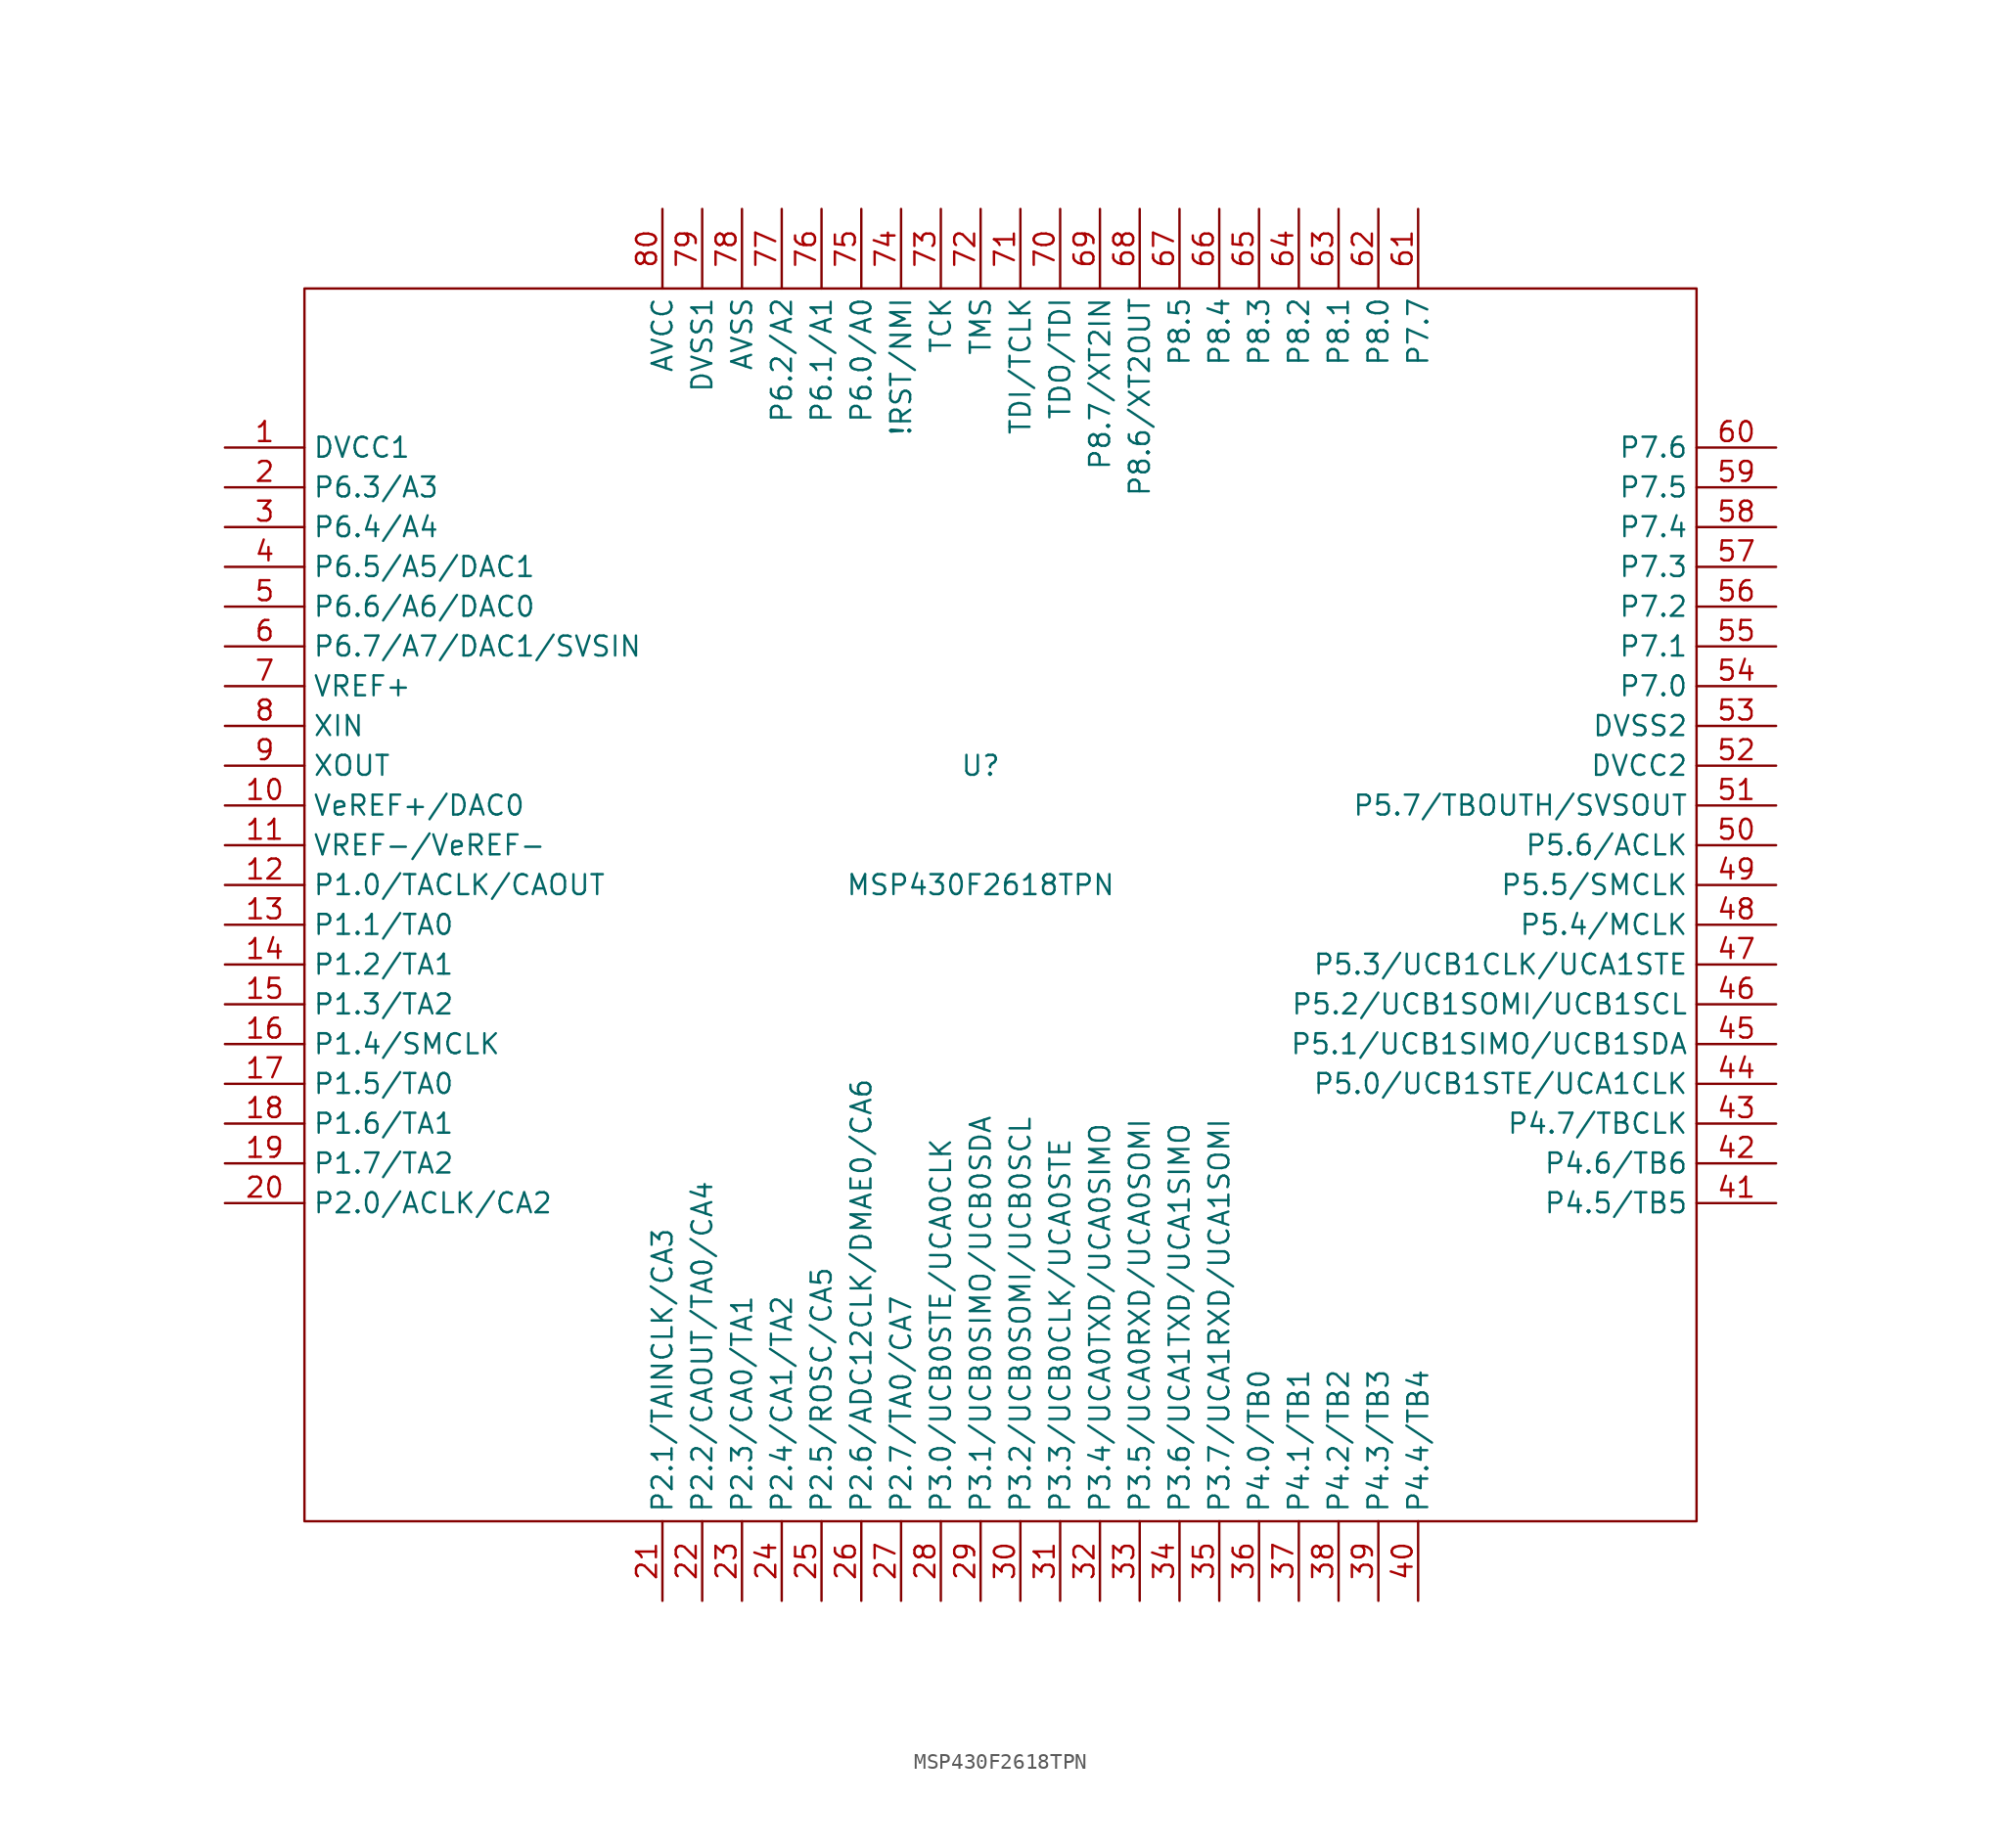
<source format=kicad_sym>
(kicad_symbol_lib
  (version 20211014)
  (generator kicad_symbol_editor)
  (symbol "MSP430F2618TPN"
    (property "Reference" "U"
      (at -2.54 7.62 0)
      (effects (font (size 1.27 1.27))))
    (property "Value" "MSP430F2618TPN"
      (at -2.54 0 0)
      (effects (font (size 1.27 1.27))))
    (symbol "MSP430F2618TPN_0_1"
      (polyline (pts (xy -45.72 38.1) (xy -45.72 -40.64) (xy 43.18 -40.64) (xy 43.18 38.1) (xy -45.72 38.1)) (stroke (width 0) (type default) (color 0 0 0 0)) (fill (type none))))
    (symbol "MSP430F2618TPN_1_1"
      (pin power_in line (at -50.8 27.94 0) (length 5.08) (name "DVCC1" (effects (font (size 1.27 1.27)))) (number "1" (effects (font (size 1.27 1.27)))))
      (pin tri_state line (at -50.8 5.08 0) (length 5.08) (name "VeREF+/DAC0" (effects (font (size 1.27 1.27)))) (number "10" (effects (font (size 1.27 1.27)))))
      (pin power_in line (at -50.8 2.54 0) (length 5.08) (name "VREF-/VeREF-" (effects (font (size 1.27 1.27)))) (number "11" (effects (font (size 1.27 1.27)))))
      (pin tri_state line (at -50.8 0 0) (length 5.08) (name "P1.0/TACLK/CAOUT" (effects (font (size 1.27 1.27)))) (number "12" (effects (font (size 1.27 1.27)))))
      (pin tri_state line (at -50.8 -2.54 0) (length 5.08) (name "P1.1/TA0" (effects (font (size 1.27 1.27)))) (number "13" (effects (font (size 1.27 1.27)))))
      (pin tri_state line (at -50.8 -5.08 0) (length 5.08) (name "P1.2/TA1" (effects (font (size 1.27 1.27)))) (number "14" (effects (font (size 1.27 1.27)))))
      (pin tri_state line (at -50.8 -7.62 0) (length 5.08) (name "P1.3/TA2" (effects (font (size 1.27 1.27)))) (number "15" (effects (font (size 1.27 1.27)))))
      (pin tri_state line (at -50.8 -10.16 0) (length 5.08) (name "P1.4/SMCLK" (effects (font (size 1.27 1.27)))) (number "16" (effects (font (size 1.27 1.27)))))
      (pin tri_state line (at -50.8 -12.7 0) (length 5.08) (name "P1.5/TA0" (effects (font (size 1.27 1.27)))) (number "17" (effects (font (size 1.27 1.27)))))
      (pin tri_state line (at -50.8 -15.24 0) (length 5.08) (name "P1.6/TA1" (effects (font (size 1.27 1.27)))) (number "18" (effects (font (size 1.27 1.27)))))
      (pin tri_state line (at -50.8 -17.78 0) (length 5.08) (name "P1.7/TA2" (effects (font (size 1.27 1.27)))) (number "19" (effects (font (size 1.27 1.27)))))
      (pin tri_state line (at -50.8 25.4 0) (length 5.08) (name "P6.3/A3" (effects (font (size 1.27 1.27)))) (number "2" (effects (font (size 1.27 1.27)))))
      (pin tri_state line (at -50.8 -20.32 0) (length 5.08) (name "P2.0/ACLK/CA2" (effects (font (size 1.27 1.27)))) (number "20" (effects (font (size 1.27 1.27)))))
      (pin tri_state line (at -22.86 -45.72 90) (length 5.08) (name "P2.1/TAINCLK/CA3" (effects (font (size 1.27 1.27)))) (number "21" (effects (font (size 1.27 1.27)))))
      (pin tri_state line (at -20.32 -45.72 90) (length 5.08) (name "P2.2/CAOUT/TA0/CA4" (effects (font (size 1.27 1.27)))) (number "22" (effects (font (size 1.27 1.27)))))
      (pin tri_state line (at -17.78 -45.72 90) (length 5.08) (name "P2.3/CA0/TA1" (effects (font (size 1.27 1.27)))) (number "23" (effects (font (size 1.27 1.27)))))
      (pin tri_state line (at -15.24 -45.72 90) (length 5.08) (name "P2.4/CA1/TA2" (effects (font (size 1.27 1.27)))) (number "24" (effects (font (size 1.27 1.27)))))
      (pin tri_state line (at -12.7 -45.72 90) (length 5.08) (name "P2.5/ROSC/CA5" (effects (font (size 1.27 1.27)))) (number "25" (effects (font (size 1.27 1.27)))))
      (pin tri_state line (at -10.16 -45.72 90) (length 5.08) (name "P2.6/ADC12CLK/DMAE0/CA6" (effects (font (size 1.27 1.27)))) (number "26" (effects (font (size 1.27 1.27)))))
      (pin tri_state line (at -7.62 -45.72 90) (length 5.08) (name "P2.7/TA0/CA7" (effects (font (size 1.27 1.27)))) (number "27" (effects (font (size 1.27 1.27)))))
      (pin tri_state line (at -5.08 -45.72 90) (length 5.08) (name "P3.0/UCB0STE/UCA0CLK" (effects (font (size 1.27 1.27)))) (number "28" (effects (font (size 1.27 1.27)))))
      (pin tri_state line (at -2.54 -45.72 90) (length 5.08) (name "P3.1/UCB0SIMO/UCB0SDA" (effects (font (size 1.27 1.27)))) (number "29" (effects (font (size 1.27 1.27)))))
      (pin tri_state line (at -50.8 22.86 0) (length 5.08) (name "P6.4/A4" (effects (font (size 1.27 1.27)))) (number "3" (effects (font (size 1.27 1.27)))))
      (pin tri_state line (at 0 -45.72 90) (length 5.08) (name "P3.2/UCB0SOMI/UCB0SCL" (effects (font (size 1.27 1.27)))) (number "30" (effects (font (size 1.27 1.27)))))
      (pin tri_state line (at 2.54 -45.72 90) (length 5.08) (name "P3.3/UCB0CLK/UCA0STE" (effects (font (size 1.27 1.27)))) (number "31" (effects (font (size 1.27 1.27)))))
      (pin tri_state line (at 5.08 -45.72 90) (length 5.08) (name "P3.4/UCA0TXD/UCA0SIMO" (effects (font (size 1.27 1.27)))) (number "32" (effects (font (size 1.27 1.27)))))
      (pin tri_state line (at 7.62 -45.72 90) (length 5.08) (name "P3.5/UCA0RXD/UCA0SOMI" (effects (font (size 1.27 1.27)))) (number "33" (effects (font (size 1.27 1.27)))))
      (pin tri_state line (at 10.16 -45.72 90) (length 5.08) (name "P3.6/UCA1TXD/UCA1SIMO" (effects (font (size 1.27 1.27)))) (number "34" (effects (font (size 1.27 1.27)))))
      (pin tri_state line (at 12.7 -45.72 90) (length 5.08) (name "P3.7/UCA1RXD/UCA1SOMI" (effects (font (size 1.27 1.27)))) (number "35" (effects (font (size 1.27 1.27)))))
      (pin tri_state line (at 15.24 -45.72 90) (length 5.08) (name "P4.0/TB0" (effects (font (size 1.27 1.27)))) (number "36" (effects (font (size 1.27 1.27)))))
      (pin tri_state line (at 17.78 -45.72 90) (length 5.08) (name "P4.1/TB1" (effects (font (size 1.27 1.27)))) (number "37" (effects (font (size 1.27 1.27)))))
      (pin tri_state line (at 20.32 -45.72 90) (length 5.08) (name "P4.2/TB2" (effects (font (size 1.27 1.27)))) (number "38" (effects (font (size 1.27 1.27)))))
      (pin tri_state line (at 22.86 -45.72 90) (length 5.08) (name "P4.3/TB3" (effects (font (size 1.27 1.27)))) (number "39" (effects (font (size 1.27 1.27)))))
      (pin tri_state line (at -50.8 20.32 0) (length 5.08) (name "P6.5/A5/DAC1" (effects (font (size 1.27 1.27)))) (number "4" (effects (font (size 1.27 1.27)))))
      (pin tri_state line (at 25.4 -45.72 90) (length 5.08) (name "P4.4/TB4" (effects (font (size 1.27 1.27)))) (number "40" (effects (font (size 1.27 1.27)))))
      (pin tri_state line (at 48.26 -20.32 180) (length 5.08) (name "P4.5/TB5" (effects (font (size 1.27 1.27)))) (number "41" (effects (font (size 1.27 1.27)))))
      (pin tri_state line (at 48.26 -17.78 180) (length 5.08) (name "P4.6/TB6" (effects (font (size 1.27 1.27)))) (number "42" (effects (font (size 1.27 1.27)))))
      (pin tri_state line (at 48.26 -15.24 180) (length 5.08) (name "P4.7/TBCLK" (effects (font (size 1.27 1.27)))) (number "43" (effects (font (size 1.27 1.27)))))
      (pin tri_state line (at 48.26 -12.7 180) (length 5.08) (name "P5.0/UCB1STE/UCA1CLK" (effects (font (size 1.27 1.27)))) (number "44" (effects (font (size 1.27 1.27)))))
      (pin tri_state line (at 48.26 -10.16 180) (length 5.08) (name "P5.1/UCB1SIMO/UCB1SDA" (effects (font (size 1.27 1.27)))) (number "45" (effects (font (size 1.27 1.27)))))
      (pin tri_state line (at 48.26 -7.62 180) (length 5.08) (name "P5.2/UCB1SOMI/UCB1SCL" (effects (font (size 1.27 1.27)))) (number "46" (effects (font (size 1.27 1.27)))))
      (pin tri_state line (at 48.26 -5.08 180) (length 5.08) (name "P5.3/UCB1CLK/UCA1STE" (effects (font (size 1.27 1.27)))) (number "47" (effects (font (size 1.27 1.27)))))
      (pin tri_state line (at 48.26 -2.54 180) (length 5.08) (name "P5.4/MCLK" (effects (font (size 1.27 1.27)))) (number "48" (effects (font (size 1.27 1.27)))))
      (pin tri_state line (at 48.26 0 180) (length 5.08) (name "P5.5/SMCLK" (effects (font (size 1.27 1.27)))) (number "49" (effects (font (size 1.27 1.27)))))
      (pin tri_state line (at -50.8 17.78 0) (length 5.08) (name "P6.6/A6/DAC0" (effects (font (size 1.27 1.27)))) (number "5" (effects (font (size 1.27 1.27)))))
      (pin tri_state line (at 48.26 2.54 180) (length 5.08) (name "P5.6/ACLK" (effects (font (size 1.27 1.27)))) (number "50" (effects (font (size 1.27 1.27)))))
      (pin tri_state line (at 48.26 5.08 180) (length 5.08) (name "P5.7/TBOUTH/SVSOUT" (effects (font (size 1.27 1.27)))) (number "51" (effects (font (size 1.27 1.27)))))
      (pin power_in line (at 48.26 7.62 180) (length 5.08) (name "DVCC2" (effects (font (size 1.27 1.27)))) (number "52" (effects (font (size 1.27 1.27)))))
      (pin power_in line (at 48.26 10.16 180) (length 5.08) (name "DVSS2" (effects (font (size 1.27 1.27)))) (number "53" (effects (font (size 1.27 1.27)))))
      (pin tri_state line (at 48.26 12.7 180) (length 5.08) (name "P7.0" (effects (font (size 1.27 1.27)))) (number "54" (effects (font (size 1.27 1.27)))))
      (pin tri_state line (at 48.26 15.24 180) (length 5.08) (name "P7.1" (effects (font (size 1.27 1.27)))) (number "55" (effects (font (size 1.27 1.27)))))
      (pin tri_state line (at 48.26 17.78 180) (length 5.08) (name "P7.2" (effects (font (size 1.27 1.27)))) (number "56" (effects (font (size 1.27 1.27)))))
      (pin tri_state line (at 48.26 20.32 180) (length 5.08) (name "P7.3" (effects (font (size 1.27 1.27)))) (number "57" (effects (font (size 1.27 1.27)))))
      (pin tri_state line (at 48.26 22.86 180) (length 5.08) (name "P7.4" (effects (font (size 1.27 1.27)))) (number "58" (effects (font (size 1.27 1.27)))))
      (pin tri_state line (at 48.26 25.4 180) (length 5.08) (name "P7.5" (effects (font (size 1.27 1.27)))) (number "59" (effects (font (size 1.27 1.27)))))
      (pin tri_state line (at -50.8 15.24 0) (length 5.08) (name "P6.7/A7/DAC1/SVSIN" (effects (font (size 1.27 1.27)))) (number "6" (effects (font (size 1.27 1.27)))))
      (pin tri_state line (at 48.26 27.94 180) (length 5.08) (name "P7.6" (effects (font (size 1.27 1.27)))) (number "60" (effects (font (size 1.27 1.27)))))
      (pin tri_state line (at 25.4 43.18 270) (length 5.08) (name "P7.7" (effects (font (size 1.27 1.27)))) (number "61" (effects (font (size 1.27 1.27)))))
      (pin tri_state line (at 22.86 43.18 270) (length 5.08) (name "P8.0" (effects (font (size 1.27 1.27)))) (number "62" (effects (font (size 1.27 1.27)))))
      (pin tri_state line (at 20.32 43.18 270) (length 5.08) (name "P8.1" (effects (font (size 1.27 1.27)))) (number "63" (effects (font (size 1.27 1.27)))))
      (pin tri_state line (at 17.78 43.18 270) (length 5.08) (name "P8.2" (effects (font (size 1.27 1.27)))) (number "64" (effects (font (size 1.27 1.27)))))
      (pin tri_state line (at 15.24 43.18 270) (length 5.08) (name "P8.3" (effects (font (size 1.27 1.27)))) (number "65" (effects (font (size 1.27 1.27)))))
      (pin tri_state line (at 12.7 43.18 270) (length 5.08) (name "P8.4" (effects (font (size 1.27 1.27)))) (number "66" (effects (font (size 1.27 1.27)))))
      (pin tri_state line (at 10.16 43.18 270) (length 5.08) (name "P8.5" (effects (font (size 1.27 1.27)))) (number "67" (effects (font (size 1.27 1.27)))))
      (pin tri_state line (at 7.62 43.18 270) (length 5.08) (name "P8.6/XT2OUT" (effects (font (size 1.27 1.27)))) (number "68" (effects (font (size 1.27 1.27)))))
      (pin tri_state line (at 5.08 43.18 270) (length 5.08) (name "P8.7/XT2IN" (effects (font (size 1.27 1.27)))) (number "69" (effects (font (size 1.27 1.27)))))
      (pin power_in line (at -50.8 12.7 0) (length 5.08) (name "VREF+" (effects (font (size 1.27 1.27)))) (number "7" (effects (font (size 1.27 1.27)))))
      (pin tri_state line (at 2.54 43.18 270) (length 5.08) (name "TDO/TDI" (effects (font (size 1.27 1.27)))) (number "70" (effects (font (size 1.27 1.27)))))
      (pin tri_state line (at 0 43.18 270) (length 5.08) (name "TDI/TCLK" (effects (font (size 1.27 1.27)))) (number "71" (effects (font (size 1.27 1.27)))))
      (pin tri_state line (at -2.54 43.18 270) (length 5.08) (name "TMS" (effects (font (size 1.27 1.27)))) (number "72" (effects (font (size 1.27 1.27)))))
      (pin tri_state line (at -5.08 43.18 270) (length 5.08) (name "TCK" (effects (font (size 1.27 1.27)))) (number "73" (effects (font (size 1.27 1.27)))))
      (pin tri_state line (at -7.62 43.18 270) (length 5.08) (name "!RST/NMI" (effects (font (size 1.27 1.27)))) (number "74" (effects (font (size 1.27 1.27)))))
      (pin tri_state line (at -10.16 43.18 270) (length 5.08) (name "P6.0/A0" (effects (font (size 1.27 1.27)))) (number "75" (effects (font (size 1.27 1.27)))))
      (pin tri_state line (at -12.7 43.18 270) (length 5.08) (name "P6.1/A1" (effects (font (size 1.27 1.27)))) (number "76" (effects (font (size 1.27 1.27)))))
      (pin tri_state line (at -15.24 43.18 270) (length 5.08) (name "P6.2/A2" (effects (font (size 1.27 1.27)))) (number "77" (effects (font (size 1.27 1.27)))))
      (pin power_in line (at -17.78 43.18 270) (length 5.08) (name "AVSS" (effects (font (size 1.27 1.27)))) (number "78" (effects (font (size 1.27 1.27)))))
      (pin power_in line (at -20.32 43.18 270) (length 5.08) (name "DVSS1" (effects (font (size 1.27 1.27)))) (number "79" (effects (font (size 1.27 1.27)))))
      (pin passive line (at -50.8 10.16 0) (length 5.08) (name "XIN" (effects (font (size 1.27 1.27)))) (number "8" (effects (font (size 1.27 1.27)))))
      (pin power_in line (at -22.86 43.18 270) (length 5.08) (name "AVCC" (effects (font (size 1.27 1.27)))) (number "80" (effects (font (size 1.27 1.27)))))
      (pin passive line (at -50.8 7.62 0) (length 5.08) (name "XOUT" (effects (font (size 1.27 1.27)))) (number "9" (effects (font (size 1.27 1.27))))))))
</source>
